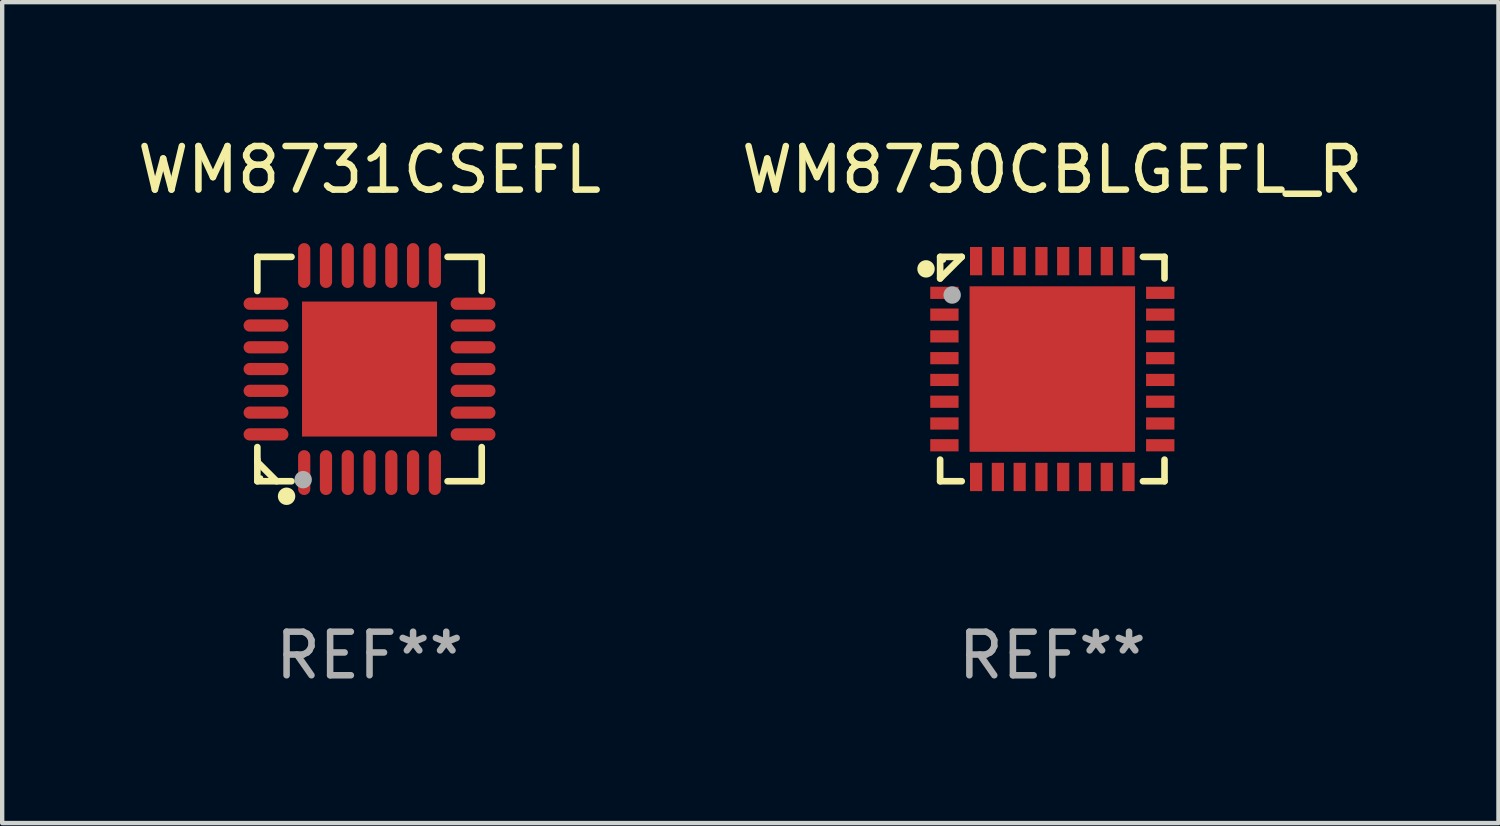
<source format=kicad_pcb>
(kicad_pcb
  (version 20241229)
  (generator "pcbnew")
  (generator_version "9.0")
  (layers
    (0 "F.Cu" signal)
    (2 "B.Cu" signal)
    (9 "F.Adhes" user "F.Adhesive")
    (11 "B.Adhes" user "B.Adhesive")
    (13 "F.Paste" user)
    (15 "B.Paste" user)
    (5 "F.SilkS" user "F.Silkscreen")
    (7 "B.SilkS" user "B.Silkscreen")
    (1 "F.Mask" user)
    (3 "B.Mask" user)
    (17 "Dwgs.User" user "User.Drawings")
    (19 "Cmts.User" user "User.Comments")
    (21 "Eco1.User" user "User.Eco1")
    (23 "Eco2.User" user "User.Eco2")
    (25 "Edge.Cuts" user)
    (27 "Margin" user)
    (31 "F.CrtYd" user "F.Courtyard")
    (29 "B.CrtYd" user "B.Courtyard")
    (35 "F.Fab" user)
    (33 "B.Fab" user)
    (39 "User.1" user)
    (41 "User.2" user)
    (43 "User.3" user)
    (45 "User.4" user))
  (footprint "WM8731CSEFL"
    (layer "F.Cu")
    (at 5.435 5.424)
    (property "Reference" "WM8731CSEFL" (at 0 -4.576 0) (layer "F.SilkS") (effects (font (size 1 1) (thickness 0.15))))
    (attr through_hole)
    (fp_line (start -2.576 -2.576) (end -2.576 -1.792) (stroke (width 0.152) (type solid)) (layer "F.SilkS"))
    (fp_line (start -2.576 2.077) (end -2.576 2.133) (stroke (width 0.152) (type solid)) (layer "F.SilkS"))
    (fp_line (start -2.576 2.133) (end -2.133 2.576) (stroke (width 0.152) (type solid)) (layer "F.SilkS"))
    (fp_line (start -2.576 2.576) (end -2.576 1.792) (stroke (width 0.152) (type solid)) (layer "F.SilkS"))
    (fp_line (start -1.792 -2.576) (end -2.576 -2.576) (stroke (width 0.152) (type solid)) (layer "F.SilkS"))
    (fp_line (start -1.792 2.576) (end -2.576 2.576) (stroke (width 0.152) (type solid)) (layer "F.SilkS"))
    (fp_line (start 1.792 -2.576) (end 2.576 -2.576) (stroke (width 0.152) (type solid)) (layer "F.SilkS"))
    (fp_line (start 1.792 2.576) (end 2.576 2.576) (stroke (width 0.152) (type solid)) (layer "F.SilkS"))
    (fp_line (start 2.576 -2.576) (end 2.576 -1.792) (stroke (width 0.152) (type solid)) (layer "F.SilkS"))
    (fp_line (start 2.576 2.576) (end 2.576 1.792) (stroke (width 0.152) (type solid)) (layer "F.SilkS"))
    (fp_circle (center -2.5 2.5) (end -2.47 2.5) (stroke (width 0.06) (type solid)) (fill no) (layer "F.SilkS"))
    (fp_circle (center -1.905 2.921) (end -1.805 2.921) (stroke (width 0.2) (type solid)) (fill no) (layer "F.SilkS"))
    (fp_circle (center -1.524 2.54) (end -1.424 2.54) (stroke (width 0.2) (type solid)) (fill no) (layer "F.Fab"))
    (fp_text user "REF**" (at 0 6.576 0) (layer "F.Fab") (effects (font (size 1 1) (thickness 0.15))))
    (pad "1" smd oval (at -1.5 2.377) (size 0.28 1.03) (layers "F.Cu" "F.Mask" "F.Paste"))
    (pad "2" smd oval (at -1 2.377) (size 0.28 1.03) (layers "F.Cu" "F.Mask" "F.Paste"))
    (pad "3" smd oval (at -0.5 2.377) (size 0.28 1.03) (layers "F.Cu" "F.Mask" "F.Paste"))
    (pad "4" smd oval (at 0 2.377) (size 0.28 1.03) (layers "F.Cu" "F.Mask" "F.Paste"))
    (pad "5" smd oval (at 0.5 2.377) (size 0.28 1.03) (layers "F.Cu" "F.Mask" "F.Paste"))
    (pad "6" smd oval (at 1 2.377) (size 0.28 1.03) (layers "F.Cu" "F.Mask" "F.Paste"))
    (pad "7" smd oval (at 1.5 2.377) (size 0.28 1.03) (layers "F.Cu" "F.Mask" "F.Paste"))
    (pad "8" smd oval (at 2.377 1.5) (size 1.03 0.28) (layers "F.Cu" "F.Mask" "F.Paste"))
    (pad "9" smd oval (at 2.377 1) (size 1.03 0.28) (layers "F.Cu" "F.Mask" "F.Paste"))
    (pad "10" smd oval (at 2.377 0.5) (size 1.03 0.28) (layers "F.Cu" "F.Mask" "F.Paste"))
    (pad "11" smd oval (at 2.377 0) (size 1.03 0.28) (layers "F.Cu" "F.Mask" "F.Paste"))
    (pad "12" smd oval (at 2.377 -0.5) (size 1.03 0.28) (layers "F.Cu" "F.Mask" "F.Paste"))
    (pad "13" smd oval (at 2.377 -1) (size 1.03 0.28) (layers "F.Cu" "F.Mask" "F.Paste"))
    (pad "14" smd oval (at 2.377 -1.5) (size 1.03 0.28) (layers "F.Cu" "F.Mask" "F.Paste"))
    (pad "15" smd oval (at 1.5 -2.377) (size 0.28 1.03) (layers "F.Cu" "F.Mask" "F.Paste"))
    (pad "16" smd oval (at 1 -2.377) (size 0.28 1.03) (layers "F.Cu" "F.Mask" "F.Paste"))
    (pad "17" smd oval (at 0.5 -2.377) (size 0.28 1.03) (layers "F.Cu" "F.Mask" "F.Paste"))
    (pad "18" smd oval (at 0 -2.377) (size 0.28 1.03) (layers "F.Cu" "F.Mask" "F.Paste"))
    (pad "19" smd oval (at -0.5 -2.377) (size 0.28 1.03) (layers "F.Cu" "F.Mask" "F.Paste"))
    (pad "20" smd oval (at -1 -2.377) (size 0.28 1.03) (layers "F.Cu" "F.Mask" "F.Paste"))
    (pad "21" smd oval (at -1.5 -2.377) (size 0.28 1.03) (layers "F.Cu" "F.Mask" "F.Paste"))
    (pad "22" smd oval (at -2.377 -1.5) (size 1.03 0.28) (layers "F.Cu" "F.Mask" "F.Paste"))
    (pad "23" smd oval (at -2.377 -1) (size 1.03 0.28) (layers "F.Cu" "F.Mask" "F.Paste"))
    (pad "24" smd oval (at -2.377 -0.5) (size 1.03 0.28) (layers "F.Cu" "F.Mask" "F.Paste"))
    (pad "25" smd oval (at -2.377 0) (size 1.03 0.28) (layers "F.Cu" "F.Mask" "F.Paste"))
    (pad "26" smd oval (at -2.377 0.5) (size 1.03 0.28) (layers "F.Cu" "F.Mask" "F.Paste"))
    (pad "27" smd oval (at -2.377 1) (size 1.03 0.28) (layers "F.Cu" "F.Mask" "F.Paste"))
    (pad "28" smd oval (at -2.377 1.5) (size 1.03 0.28) (layers "F.Cu" "F.Mask" "F.Paste"))
    (pad "29" smd rect (at 0 0) (size 3.1 3.1) (layers "F.Cu" "F.Mask" "F.Paste")))
  (footprint "WM8750CBLGEFL_R"
    (layer "F.Cu")
    (at 21.113 5.424)
    (property "Reference" "WM8750CBLGEFL_R" (at 0 -4.576 0) (layer "F.SilkS") (effects (font (size 1 1) (thickness 0.15))))
    (attr through_hole)
    (fp_line (start -2.576 -2.576) (end -2.576 -2.08) (stroke (width 0.152) (type solid)) (layer "F.SilkS"))
    (fp_line (start -2.576 2.576) (end -2.576 2.08) (stroke (width 0.152) (type solid)) (layer "F.SilkS"))
    (fp_line (start -2.08 -2.576) (end -2.576 -2.576) (stroke (width 0.152) (type solid)) (layer "F.SilkS"))
    (fp_line (start -2.08 -2.576) (end -2.576 -2.08) (stroke (width 0.152) (type solid)) (layer "F.SilkS"))
    (fp_line (start -2.08 2.576) (end -2.576 2.576) (stroke (width 0.152) (type solid)) (layer "F.SilkS"))
    (fp_line (start 2.08 -2.576) (end 2.576 -2.576) (stroke (width 0.152) (type solid)) (layer "F.SilkS"))
    (fp_line (start 2.08 2.576) (end 2.576 2.576) (stroke (width 0.152) (type solid)) (layer "F.SilkS"))
    (fp_line (start 2.576 -2.576) (end 2.576 -2.08) (stroke (width 0.152) (type solid)) (layer "F.SilkS"))
    (fp_line (start 2.576 2.576) (end 2.576 2.08) (stroke (width 0.152) (type solid)) (layer "F.SilkS"))
    (fp_circle (center -2.9 -2.3) (end -2.8 -2.3) (stroke (width 0.2) (type solid)) (fill no) (layer "F.SilkS"))
    (fp_circle (center -2.5 -2.5) (end -2.47 -2.5) (stroke (width 0.06) (type solid)) (fill no) (layer "F.SilkS"))
    (fp_circle (center -2.3 -1.7) (end -2.2 -1.7) (stroke (width 0.2) (type solid)) (fill no) (layer "F.Fab"))
    (fp_text user "REF**" (at 0 6.576 0) (layer "F.Fab") (effects (font (size 1 1) (thickness 0.15))))
    (pad "1" smd rect (at -2.478 -1.75) (size 0.65 0.28) (layers "F.Cu" "F.Mask" "F.Paste"))
    (pad "2" smd rect (at -2.478 -1.25) (size 0.65 0.28) (layers "F.Cu" "F.Mask" "F.Paste"))
    (pad "3" smd rect (at -2.478 -0.75) (size 0.65 0.28) (layers "F.Cu" "F.Mask" "F.Paste"))
    (pad "4" smd rect (at -2.478 -0.25) (size 0.65 0.28) (layers "F.Cu" "F.Mask" "F.Paste"))
    (pad "5" smd rect (at -2.478 0.25) (size 0.65 0.28) (layers "F.Cu" "F.Mask" "F.Paste"))
    (pad "6" smd rect (at -2.478 0.75) (size 0.65 0.28) (layers "F.Cu" "F.Mask" "F.Paste"))
    (pad "7" smd rect (at -2.478 1.25) (size 0.65 0.28) (layers "F.Cu" "F.Mask" "F.Paste"))
    (pad "8" smd rect (at -2.478 1.75) (size 0.65 0.28) (layers "F.Cu" "F.Mask" "F.Paste"))
    (pad "9" smd rect (at -1.75 2.478) (size 0.28 0.65) (layers "F.Cu" "F.Mask" "F.Paste"))
    (pad "10" smd rect (at -1.25 2.478) (size 0.28 0.65) (layers "F.Cu" "F.Mask" "F.Paste"))
    (pad "11" smd rect (at -0.75 2.478) (size 0.28 0.65) (layers "F.Cu" "F.Mask" "F.Paste"))
    (pad "12" smd rect (at -0.25 2.478) (size 0.28 0.65) (layers "F.Cu" "F.Mask" "F.Paste"))
    (pad "13" smd rect (at 0.25 2.478) (size 0.28 0.65) (layers "F.Cu" "F.Mask" "F.Paste"))
    (pad "14" smd rect (at 0.75 2.478) (size 0.28 0.65) (layers "F.Cu" "F.Mask" "F.Paste"))
    (pad "15" smd rect (at 1.25 2.478) (size 0.28 0.65) (layers "F.Cu" "F.Mask" "F.Paste"))
    (pad "16" smd rect (at 1.75 2.478) (size 0.28 0.65) (layers "F.Cu" "F.Mask" "F.Paste"))
    (pad "17" smd rect (at 2.478 1.75) (size 0.65 0.28) (layers "F.Cu" "F.Mask" "F.Paste"))
    (pad "18" smd rect (at 2.478 1.25) (size 0.65 0.28) (layers "F.Cu" "F.Mask" "F.Paste"))
    (pad "19" smd rect (at 2.478 0.75) (size 0.65 0.28) (layers "F.Cu" "F.Mask" "F.Paste"))
    (pad "20" smd rect (at 2.478 0.25) (size 0.65 0.28) (layers "F.Cu" "F.Mask" "F.Paste"))
    (pad "21" smd rect (at 2.478 -0.25) (size 0.65 0.28) (layers "F.Cu" "F.Mask" "F.Paste"))
    (pad "22" smd rect (at 2.478 -0.75) (size 0.65 0.28) (layers "F.Cu" "F.Mask" "F.Paste"))
    (pad "23" smd rect (at 2.478 -1.25) (size 0.65 0.28) (layers "F.Cu" "F.Mask" "F.Paste"))
    (pad "24" smd rect (at 2.478 -1.75) (size 0.65 0.28) (layers "F.Cu" "F.Mask" "F.Paste"))
    (pad "25" smd rect (at 1.75 -2.478) (size 0.28 0.65) (layers "F.Cu" "F.Mask" "F.Paste"))
    (pad "26" smd rect (at 1.25 -2.478) (size 0.28 0.65) (layers "F.Cu" "F.Mask" "F.Paste"))
    (pad "27" smd rect (at 0.75 -2.478) (size 0.28 0.65) (layers "F.Cu" "F.Mask" "F.Paste"))
    (pad "28" smd rect (at 0.25 -2.478) (size 0.28 0.65) (layers "F.Cu" "F.Mask" "F.Paste"))
    (pad "29" smd rect (at -0.25 -2.478) (size 0.28 0.65) (layers "F.Cu" "F.Mask" "F.Paste"))
    (pad "30" smd rect (at -0.75 -2.478) (size 0.28 0.65) (layers "F.Cu" "F.Mask" "F.Paste"))
    (pad "31" smd rect (at -1.25 -2.478) (size 0.28 0.65) (layers "F.Cu" "F.Mask" "F.Paste"))
    (pad "32" smd rect (at -1.75 -2.478) (size 0.28 0.65) (layers "F.Cu" "F.Mask" "F.Paste"))
    (pad "33" smd rect (at 0 0) (size 3.8 3.8) (layers "F.Cu" "F.Mask" "F.Paste")))
  (gr_rect
    (start -3 -3)
    (end 31.357 15.849)
    (stroke (width 0.1) (type default))
    (fill no)
    (layer "Edge.Cuts")))
</source>
